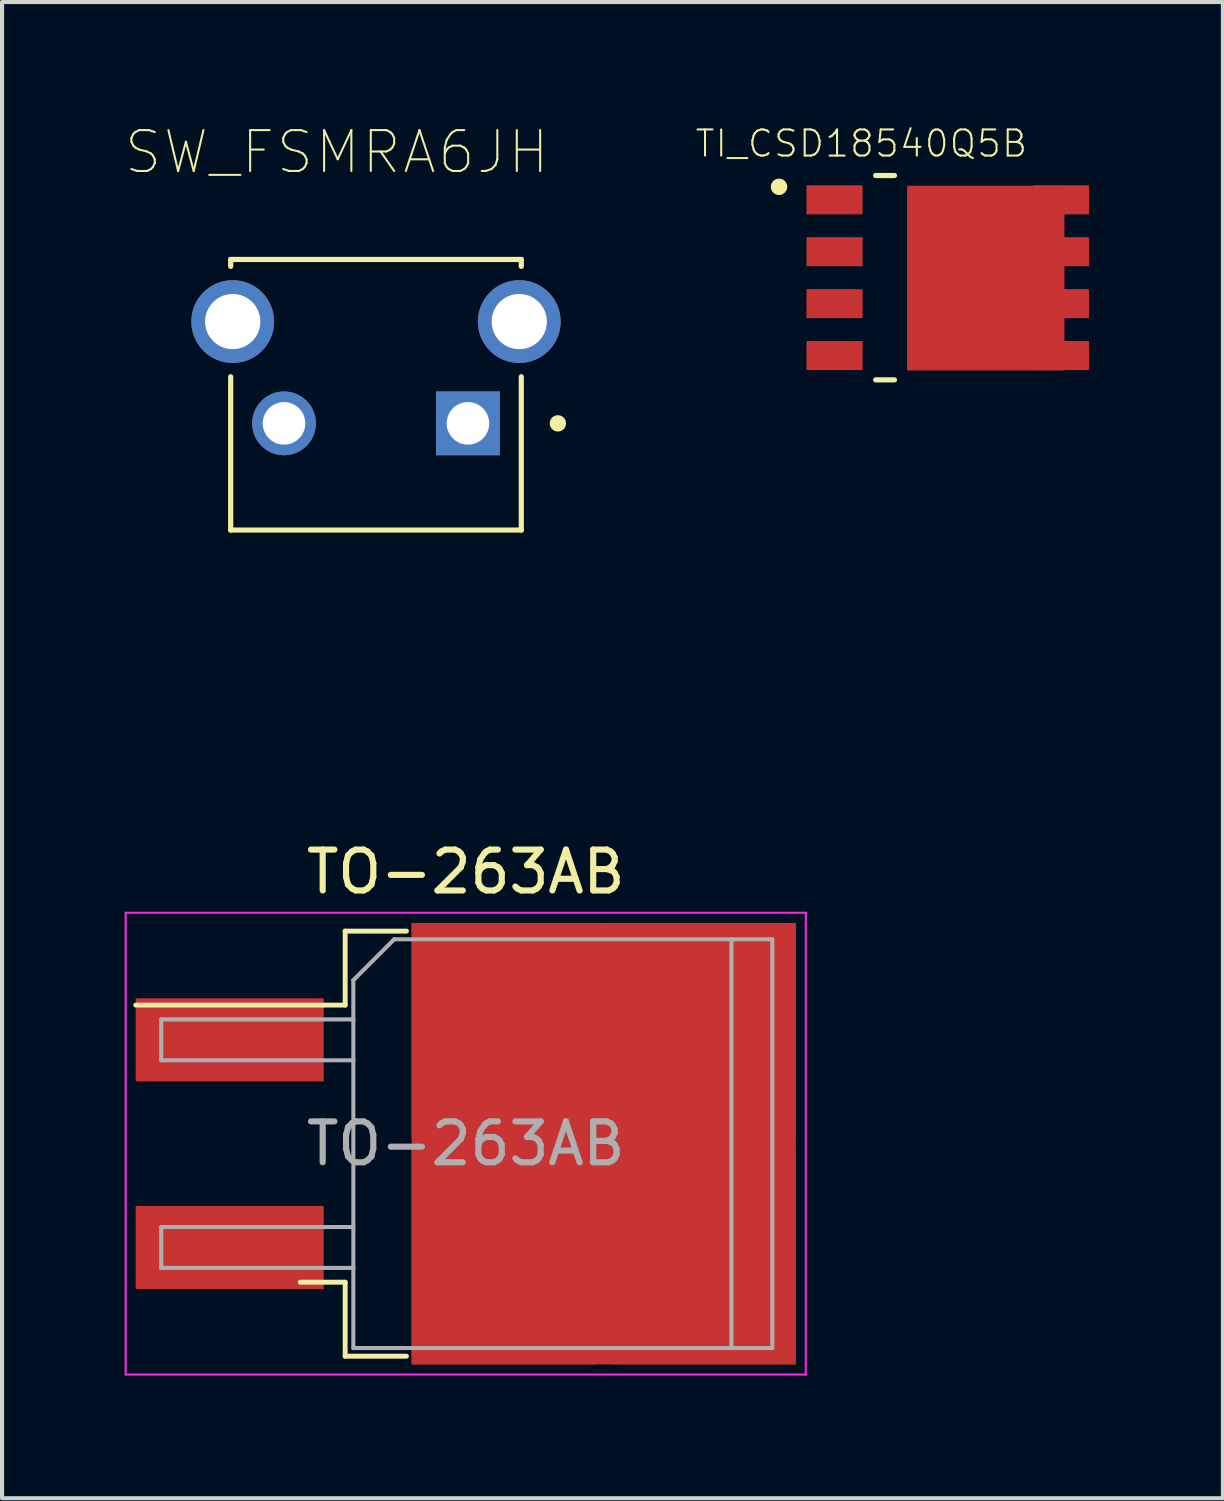
<source format=kicad_pcb>
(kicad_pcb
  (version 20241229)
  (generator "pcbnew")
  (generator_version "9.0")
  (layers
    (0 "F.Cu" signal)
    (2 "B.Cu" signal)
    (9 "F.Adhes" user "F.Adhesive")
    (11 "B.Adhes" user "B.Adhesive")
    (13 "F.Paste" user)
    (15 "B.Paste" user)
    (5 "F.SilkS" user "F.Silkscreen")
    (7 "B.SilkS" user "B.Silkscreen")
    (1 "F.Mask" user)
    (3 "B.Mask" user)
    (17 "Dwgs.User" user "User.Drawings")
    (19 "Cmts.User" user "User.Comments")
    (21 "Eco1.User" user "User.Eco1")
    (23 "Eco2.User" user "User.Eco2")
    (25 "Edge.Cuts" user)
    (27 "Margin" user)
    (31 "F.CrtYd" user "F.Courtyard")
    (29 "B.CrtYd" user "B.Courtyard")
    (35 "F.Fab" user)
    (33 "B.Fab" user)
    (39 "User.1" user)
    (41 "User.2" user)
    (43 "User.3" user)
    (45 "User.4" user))
  (footprint "TI_CSD18540Q5B"
    (layer "F.Cu")
    (at 20.138 3.744)
    (property "Reference" "TI_CSD18540Q5B" (at -2.114 -3.281 0) (layer "F.SilkS") (effects (font (size 0.64 0.64) (thickness 0.05))))
    (attr smd)
    (fp_poly (pts (xy -1.084 2.36) (xy -1.084 -2.36) (xy 3.556 -2.36) (xy 3.556 -1.45) (xy 2.966 -1.45) (xy 2.966 -1.09) (xy 3.556 -1.09) (xy 3.556 -0.18) (xy 2.966 -0.18) (xy 2.966 0.18) (xy 3.556 0.18) (xy 3.556 1.09) (xy 2.966 1.09) (xy 2.966 1.45) (xy 3.566 1.45) (xy 3.566 2.36)) (stroke (width 0.0001) (type solid)) (fill yes) (layer "F.Mask"))
    (fp_line (start -1.764 2.5) (end -1.304 2.5) (stroke (width 0.127) (type solid)) (layer "F.SilkS"))
    (fp_line (start -1.304 -2.5) (end -1.764 -2.5) (stroke (width 0.127) (type solid)) (layer "F.SilkS"))
    (fp_circle (center -4.128 -2.223) (end -4.027 -2.223) (stroke (width 0.2) (type solid)) (fill no) (layer "F.SilkS"))
    (fp_poly (pts (xy -3.293 -2.186) (xy -2.221 -2.186) (xy -2.221 -1.624) (xy -3.293 -1.624)) (stroke (width 0) (type solid)) (fill yes) (layer "F.Paste"))
    (fp_poly (pts (xy -3.293 -0.916) (xy -2.221 -0.916) (xy -2.221 -0.354) (xy -3.293 -0.354)) (stroke (width 0) (type solid)) (fill yes) (layer "F.Paste"))
    (fp_poly (pts (xy -3.293 0.354) (xy -2.221 0.354) (xy -2.221 0.916) (xy -3.293 0.916)) (stroke (width 0) (type solid)) (fill yes) (layer "F.Paste"))
    (fp_poly (pts (xy -3.293 1.624) (xy -2.221 1.624) (xy -2.221 2.186) (xy -3.293 2.186)) (stroke (width 0) (type solid)) (fill yes) (layer "F.Paste"))
    (fp_poly (pts (xy -0.697 -1.942) (xy 0.597 -1.942) (xy 0.597 -1.196) (xy -0.697 -1.196)) (stroke (width 0) (type solid)) (fill yes) (layer "F.Paste"))
    (fp_poly (pts (xy -0.697 -0.896) (xy 0.597 -0.896) (xy 0.597 -0.15) (xy -0.697 -0.15)) (stroke (width 0) (type solid)) (fill yes) (layer "F.Paste"))
    (fp_poly (pts (xy -0.697 0.15) (xy 0.597 0.15) (xy 0.597 0.896) (xy -0.697 0.896)) (stroke (width 0) (type solid)) (fill yes) (layer "F.Paste"))
    (fp_poly (pts (xy -0.697 1.196) (xy 0.597 1.196) (xy 0.597 1.942) (xy -0.697 1.942)) (stroke (width 0) (type solid)) (fill yes) (layer "F.Paste"))
    (fp_poly (pts (xy 0.947 -1.942) (xy 2.241 -1.942) (xy 2.241 -1.196) (xy 0.947 -1.196)) (stroke (width 0) (type solid)) (fill yes) (layer "F.Paste"))
    (fp_poly (pts (xy 0.947 -0.896) (xy 2.241 -0.896) (xy 2.241 -0.15) (xy 0.947 -0.15)) (stroke (width 0) (type solid)) (fill yes) (layer "F.Paste"))
    (fp_poly (pts (xy 0.947 0.15) (xy 2.241 0.15) (xy 2.241 0.896) (xy 0.947 0.896)) (stroke (width 0) (type solid)) (fill yes) (layer "F.Paste"))
    (fp_poly (pts (xy 0.947 1.196) (xy 2.241 1.196) (xy 2.241 1.942) (xy 0.947 1.942)) (stroke (width 0) (type solid)) (fill yes) (layer "F.Paste"))
    (fp_poly (pts (xy 2.527 -2.159) (xy 3.293 -2.159) (xy 3.293 -1.651) (xy 2.527 -1.651)) (stroke (width 0) (type solid)) (fill yes) (layer "F.Paste"))
    (fp_poly (pts (xy 2.527 -0.889) (xy 3.293 -0.889) (xy 3.293 -0.381) (xy 2.527 -0.381)) (stroke (width 0) (type solid)) (fill yes) (layer "F.Paste"))
    (fp_poly (pts (xy 2.527 0.381) (xy 3.293 0.381) (xy 3.293 0.889) (xy 2.527 0.889)) (stroke (width 0) (type solid)) (fill yes) (layer "F.Paste"))
    (fp_poly (pts (xy 2.527 1.651) (xy 3.293 1.651) (xy 3.293 2.159) (xy 2.527 2.159)) (stroke (width 0) (type solid)) (fill yes) (layer "F.Paste"))
    (fp_line (start -3.706 -2.75) (end 3.706 -2.75) (stroke (width 0.05) (type solid)) (layer "Eco1.User"))
    (fp_line (start -3.706 2.75) (end -3.706 -2.75) (stroke (width 0.05) (type solid)) (layer "Eco1.User"))
    (fp_line (start 3.706 -2.75) (end 3.706 2.75) (stroke (width 0.05) (type solid)) (layer "Eco1.User"))
    (fp_line (start 3.706 2.75) (end -3.706 2.75) (stroke (width 0.05) (type solid)) (layer "Eco1.User"))
    (fp_line (start -3 -2.5) (end -3 2.5) (stroke (width 0.127) (type solid)) (layer "Eco2.User"))
    (fp_line (start -3 2.5) (end 3 2.5) (stroke (width 0.127) (type solid)) (layer "Eco2.User"))
    (fp_line (start 3 -2.5) (end -3 -2.5) (stroke (width 0.127) (type solid)) (layer "Eco2.User"))
    (fp_line (start 3 2.5) (end 3 -2.5) (stroke (width 0.127) (type solid)) (layer "Eco2.User"))
    (fp_circle (center -4.128 -2.223) (end -4.027 -2.223) (stroke (width 0.2) (type solid)) (fill no) (layer "Eco2.User"))
    (pad "1" smd rect (at -2.77 -1.905) (size 1.372 0.71) (layers "F.Cu" "F.Mask" "F.Paste"))
    (pad "1" smd rect (at -2.77 -0.635) (size 1.372 0.71) (layers "F.Cu" "F.Mask" "F.Paste"))
    (pad "1" smd rect (at -2.77 0.635) (size 1.372 0.71) (layers "F.Cu" "F.Mask" "F.Paste"))
    (pad "2" smd rect (at -2.77 1.905) (size 1.372 0.71) (layers "F.Cu" "F.Mask" "F.Paste"))
    (pad "3" smd rect (at 0.93 0.01) (size 3.85 4.52) (layers "F.Cu" "F.Mask" "F.Paste"))
    (pad "3" smd rect (at 2.77 -1.905 180) (size 1.372 0.71) (layers "F.Cu" "F.Mask" "F.Paste"))
    (pad "3" smd rect (at 2.77 -0.635 180) (size 1.372 0.71) (layers "F.Cu" "F.Mask" "F.Paste"))
    (pad "3" smd rect (at 2.77 0.635 180) (size 1.372 0.71) (layers "F.Cu" "F.Mask" "F.Paste"))
    (pad "3" smd rect (at 2.77 1.905 180) (size 1.372 0.71) (layers "F.Cu" "F.Mask" "F.Paste")))
  (footprint "TO-263AB"
    (layer "F.Cu")
    (at 8.345 24.931)
    (property "Reference" "TO-263AB" (at 0 -6.65 0) (layer "F.SilkS") (effects (font (size 1 1) (thickness 0.15))))
    (attr smd)
    (fp_line (start -2.95 -5.2) (end -2.95 -3.39) (stroke (width 0.12) (type solid)) (layer "F.SilkS"))
    (fp_line (start -2.95 -3.39) (end -8.075 -3.39) (stroke (width 0.12) (type solid)) (layer "F.SilkS"))
    (fp_line (start -2.95 3.39) (end -4.05 3.39) (stroke (width 0.12) (type solid)) (layer "F.SilkS"))
    (fp_line (start -2.95 5.2) (end -2.95 3.39) (stroke (width 0.12) (type solid)) (layer "F.SilkS"))
    (fp_line (start -1.45 -5.2) (end -2.95 -5.2) (stroke (width 0.12) (type solid)) (layer "F.SilkS"))
    (fp_line (start -1.45 5.2) (end -2.95 5.2) (stroke (width 0.12) (type solid)) (layer "F.SilkS"))
    (fp_line (start -8.32 -5.65) (end -8.32 5.65) (stroke (width 0.05) (type solid)) (layer "F.CrtYd"))
    (fp_line (start -8.32 5.65) (end 8.32 5.65) (stroke (width 0.05) (type solid)) (layer "F.CrtYd"))
    (fp_line (start 8.32 -5.65) (end -8.32 -5.65) (stroke (width 0.05) (type solid)) (layer "F.CrtYd"))
    (fp_line (start 8.32 5.65) (end 8.32 -5.65) (stroke (width 0.05) (type solid)) (layer "F.CrtYd"))
    (fp_line (start -7.45 -3.04) (end -7.45 -2.04) (stroke (width 0.1) (type solid)) (layer "F.Fab"))
    (fp_line (start -7.45 -2.04) (end -2.75 -2.04) (stroke (width 0.1) (type solid)) (layer "F.Fab"))
    (fp_line (start -7.45 2.04) (end -7.45 3.04) (stroke (width 0.1) (type solid)) (layer "F.Fab"))
    (fp_line (start -7.45 3.04) (end -2.75 3.04) (stroke (width 0.1) (type solid)) (layer "F.Fab"))
    (fp_line (start -2.75 -4) (end -1.75 -5) (stroke (width 0.1) (type solid)) (layer "F.Fab"))
    (fp_line (start -2.75 -3.04) (end -7.45 -3.04) (stroke (width 0.1) (type solid)) (layer "F.Fab"))
    (fp_line (start -2.75 2.04) (end -7.45 2.04) (stroke (width 0.1) (type solid)) (layer "F.Fab"))
    (fp_line (start -2.75 5) (end -2.75 -4) (stroke (width 0.1) (type solid)) (layer "F.Fab"))
    (fp_line (start -1.75 -5) (end 6.5 -5) (stroke (width 0.1) (type solid)) (layer "F.Fab"))
    (fp_line (start 6.5 -5) (end 6.5 5) (stroke (width 0.1) (type solid)) (layer "F.Fab"))
    (fp_line (start 6.5 -5) (end 7.5 -5) (stroke (width 0.1) (type solid)) (layer "F.Fab"))
    (fp_line (start 6.5 5) (end -2.75 5) (stroke (width 0.1) (type solid)) (layer "F.Fab"))
    (fp_line (start 7.5 -5) (end 7.5 5) (stroke (width 0.1) (type solid)) (layer "F.Fab"))
    (fp_line (start 7.5 5) (end 6.5 5) (stroke (width 0.1) (type solid)) (layer "F.Fab"))
    (fp_text user "${REFERENCE}" (at 0 0 0) (layer "F.Fab") (effects (font (size 1 1) (thickness 0.15))))
    (pad "1" smd rect (at -5.775 -2.54) (size 4.6 2.032) (layers "F.Cu" "F.Mask" "F.Paste"))
    (pad "2" smd rect (at -5.775 2.54) (size 4.6 2.032) (layers "F.Cu" "F.Mask" "F.Paste"))
    (pad "3" smd rect (at 0.95 -2.775) (size 4.55 5.25) (layers "F.Cu" "F.Paste"))
    (pad "3" smd rect (at 0.95 2.775) (size 4.55 5.25) (layers "F.Cu" "F.Paste"))
    (pad "3" smd rect (at 3.375 0) (size 9.4 10.8) (layers "F.Cu" "F.Mask"))
    (pad "3" smd rect (at 5.8 -2.775) (size 4.55 5.25) (layers "F.Cu" "F.Paste"))
    (pad "3" smd rect (at 5.8 2.775) (size 4.55 5.25) (layers "F.Cu" "F.Paste")))
  (footprint "SW_FSMRA6JH"
    (layer "F.Cu")
    (at 6.149 7.308)
    (property "Reference" "SW_FSMRA6JH" (at -0.96 -6.635 0) (layer "F.SilkS") (effects (font (size 1 1) (thickness 0.05))))
    (attr through_hole)
    (fp_line (start -3.555 -4.01) (end 3.555 -4.01) (stroke (width 0.127) (type solid)) (layer "F.SilkS"))
    (fp_line (start -3.555 -3.84) (end -3.555 -4.01) (stroke (width 0.127) (type solid)) (layer "F.SilkS"))
    (fp_line (start -3.555 2.61) (end -3.555 -1.14) (stroke (width 0.127) (type solid)) (layer "F.SilkS"))
    (fp_line (start 3.555 -3.84) (end 3.555 -4.01) (stroke (width 0.127) (type solid)) (layer "F.SilkS"))
    (fp_line (start 3.555 -1.14) (end 3.555 2.61) (stroke (width 0.127) (type solid)) (layer "F.SilkS"))
    (fp_line (start 3.555 2.61) (end -3.555 2.61) (stroke (width 0.127) (type solid)) (layer "F.SilkS"))
    (fp_circle (center 4.45 0) (end 4.55 0) (stroke (width 0.2) (type solid)) (fill no) (layer "F.SilkS"))
    (fp_line (start -4.77 -3.716) (end -3.805 -3.716) (stroke (width 0.05) (type solid)) (layer "Eco1.User"))
    (fp_line (start -4.77 -1.264) (end -4.77 -3.716) (stroke (width 0.05) (type solid)) (layer "Eco1.User"))
    (fp_line (start -3.805 -4.26) (end 3.805 -4.26) (stroke (width 0.05) (type solid)) (layer "Eco1.User"))
    (fp_line (start -3.805 -3.716) (end -3.805 -4.26) (stroke (width 0.05) (type solid)) (layer "Eco1.User"))
    (fp_line (start -3.805 -1.264) (end -4.77 -1.264) (stroke (width 0.05) (type solid)) (layer "Eco1.User"))
    (fp_line (start -3.805 2.86) (end -3.805 -1.264) (stroke (width 0.05) (type solid)) (layer "Eco1.User"))
    (fp_line (start -2.005 2.86) (end -3.805 2.86) (stroke (width 0.05) (type solid)) (layer "Eco1.User"))
    (fp_line (start -2.005 7.1) (end -2.005 2.86) (stroke (width 0.05) (type solid)) (layer "Eco1.User"))
    (fp_line (start 2.005 2.86) (end 2.005 7.1) (stroke (width 0.05) (type solid)) (layer "Eco1.User"))
    (fp_line (start 2.005 7.1) (end -2.005 7.1) (stroke (width 0.05) (type solid)) (layer "Eco1.User"))
    (fp_line (start 3.805 -4.26) (end 3.805 -3.716) (stroke (width 0.05) (type solid)) (layer "Eco1.User"))
    (fp_line (start 3.805 -3.716) (end 4.77 -3.716) (stroke (width 0.05) (type solid)) (layer "Eco1.User"))
    (fp_line (start 3.805 -1.264) (end 3.805 2.86) (stroke (width 0.05) (type solid)) (layer "Eco1.User"))
    (fp_line (start 3.805 2.86) (end 2.005 2.86) (stroke (width 0.05) (type solid)) (layer "Eco1.User"))
    (fp_line (start 4.77 -3.716) (end 4.77 -1.264) (stroke (width 0.05) (type solid)) (layer "Eco1.User"))
    (fp_line (start 4.77 -1.264) (end 3.805 -1.264) (stroke (width 0.05) (type solid)) (layer "Eco1.User"))
    (fp_line (start -3.555 -4.01) (end 3.555 -4.01) (stroke (width 0.127) (type solid)) (layer "Eco2.User"))
    (fp_line (start -3.555 2.61) (end -3.555 -4.01) (stroke (width 0.127) (type solid)) (layer "Eco2.User"))
    (fp_line (start -1.755 2.61) (end -3.555 2.61) (stroke (width 0.127) (type solid)) (layer "Eco2.User"))
    (fp_line (start -1.755 2.61) (end -1.755 6.85) (stroke (width 0.127) (type solid)) (layer "Eco2.User"))
    (fp_line (start -1.755 6.85) (end 1.755 6.85) (stroke (width 0.127) (type solid)) (layer "Eco2.User"))
    (fp_line (start 1.755 2.61) (end -1.755 2.61) (stroke (width 0.127) (type solid)) (layer "Eco2.User"))
    (fp_line (start 1.755 6.85) (end 1.755 2.61) (stroke (width 0.127) (type solid)) (layer "Eco2.User"))
    (fp_line (start 3.555 -4.01) (end 3.555 2.61) (stroke (width 0.127) (type solid)) (layer "Eco2.User"))
    (fp_line (start 3.555 2.61) (end 1.755 2.61) (stroke (width 0.127) (type solid)) (layer "Eco2.User"))
    (fp_circle (center 4.45 0) (end 4.55 0) (stroke (width 0.2) (type solid)) (fill no) (layer "Eco2.User"))
    (pad "1" thru_hole rect (at 2.25 0) (size 1.561 1.561) (drill 1.041) (layers "*.Cu" "*.Mask"))
    (pad "2" thru_hole circle (at -2.25 0) (size 1.561 1.561) (drill 1.041) (layers "*.Cu" "*.Mask"))
    (pad "S1" thru_hole circle (at -3.505 -2.49) (size 2.026 2.026) (drill 1.351) (layers "*.Cu" "*.Mask"))
    (pad "S2" thru_hole circle (at 3.505 -2.49) (size 2.026 2.026) (drill 1.351) (layers "*.Cu" "*.Mask")))
  (gr_rect
    (start -3 -3)
    (end 26.869 33.606)
    (stroke (width 0.1) (type default))
    (fill no)
    (layer "Edge.Cuts")))
</source>
